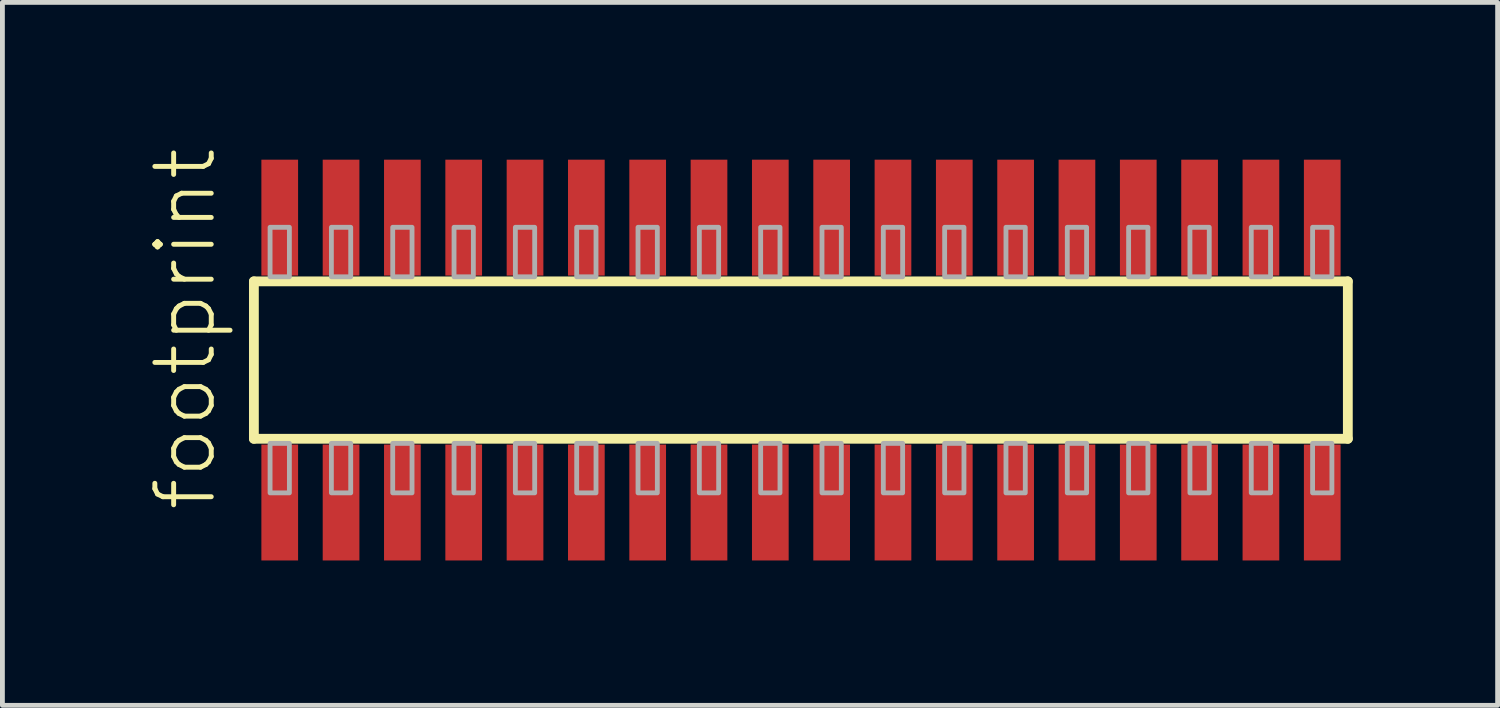
<source format=kicad_pcb>
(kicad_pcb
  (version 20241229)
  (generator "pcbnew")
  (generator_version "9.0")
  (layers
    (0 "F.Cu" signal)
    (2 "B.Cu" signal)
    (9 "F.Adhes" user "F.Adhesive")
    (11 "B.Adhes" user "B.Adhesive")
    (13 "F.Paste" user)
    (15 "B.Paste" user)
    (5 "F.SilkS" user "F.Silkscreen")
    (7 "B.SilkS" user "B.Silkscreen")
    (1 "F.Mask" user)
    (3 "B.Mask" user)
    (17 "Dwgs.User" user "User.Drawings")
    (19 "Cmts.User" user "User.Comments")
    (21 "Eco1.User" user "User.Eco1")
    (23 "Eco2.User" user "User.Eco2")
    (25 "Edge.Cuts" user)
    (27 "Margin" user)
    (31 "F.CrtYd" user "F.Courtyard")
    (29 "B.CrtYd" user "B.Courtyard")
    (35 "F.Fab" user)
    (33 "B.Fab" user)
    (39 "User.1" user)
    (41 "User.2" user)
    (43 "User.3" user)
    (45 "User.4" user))
  (footprint "footprint"
    (layer "F.Cu")
    (at 13.538 4.407)
    (property "Reference" "footprint" (at -12.065 3.175 90) (layer "F.SilkS") (effects (font (size 1.168 1.168) (thickness 0.102)) (justify left bottom)))
    (fp_line (start -11.33 -1.63) (end 11.325 -1.63) (stroke (width 0.203) (type solid)) (layer "F.SilkS"))
    (fp_line (start -11.33 1.63) (end -11.33 -1.63) (stroke (width 0.203) (type solid)) (layer "F.SilkS"))
    (fp_line (start 11.325 -1.63) (end 11.325 1.63) (stroke (width 0.203) (type solid)) (layer "F.SilkS"))
    (fp_line (start 11.325 1.63) (end -11.33 1.63) (stroke (width 0.203) (type solid)) (layer "F.SilkS"))
    (fp_poly (pts (xy -10.995 -1.725) (xy -10.595 -1.725) (xy -10.595 -2.75) (xy -10.995 -2.75)) (stroke (width 0.1) (type solid)) (fill no) (layer "F.Fab"))
    (fp_poly (pts (xy -10.595 1.725) (xy -10.995 1.725) (xy -10.995 2.75) (xy -10.595 2.75)) (stroke (width 0.1) (type solid)) (fill no) (layer "F.Fab"))
    (fp_poly (pts (xy -9.725 -1.725) (xy -9.325 -1.725) (xy -9.325 -2.75) (xy -9.725 -2.75)) (stroke (width 0.1) (type solid)) (fill no) (layer "F.Fab"))
    (fp_poly (pts (xy -9.325 1.725) (xy -9.725 1.725) (xy -9.725 2.75) (xy -9.325 2.75)) (stroke (width 0.1) (type solid)) (fill no) (layer "F.Fab"))
    (fp_poly (pts (xy -8.455 -1.725) (xy -8.055 -1.725) (xy -8.055 -2.75) (xy -8.455 -2.75)) (stroke (width 0.1) (type solid)) (fill no) (layer "F.Fab"))
    (fp_poly (pts (xy -8.055 1.725) (xy -8.455 1.725) (xy -8.455 2.75) (xy -8.055 2.75)) (stroke (width 0.1) (type solid)) (fill no) (layer "F.Fab"))
    (fp_poly (pts (xy -7.185 -1.725) (xy -6.785 -1.725) (xy -6.785 -2.75) (xy -7.185 -2.75)) (stroke (width 0.1) (type solid)) (fill no) (layer "F.Fab"))
    (fp_poly (pts (xy -6.785 1.725) (xy -7.185 1.725) (xy -7.185 2.75) (xy -6.785 2.75)) (stroke (width 0.1) (type solid)) (fill no) (layer "F.Fab"))
    (fp_poly (pts (xy -5.915 -1.725) (xy -5.515 -1.725) (xy -5.515 -2.75) (xy -5.915 -2.75)) (stroke (width 0.1) (type solid)) (fill no) (layer "F.Fab"))
    (fp_poly (pts (xy -5.515 1.725) (xy -5.915 1.725) (xy -5.915 2.75) (xy -5.515 2.75)) (stroke (width 0.1) (type solid)) (fill no) (layer "F.Fab"))
    (fp_poly (pts (xy -4.645 -1.725) (xy -4.245 -1.725) (xy -4.245 -2.75) (xy -4.645 -2.75)) (stroke (width 0.1) (type solid)) (fill no) (layer "F.Fab"))
    (fp_poly (pts (xy -4.245 1.725) (xy -4.645 1.725) (xy -4.645 2.75) (xy -4.245 2.75)) (stroke (width 0.1) (type solid)) (fill no) (layer "F.Fab"))
    (fp_poly (pts (xy -3.375 -1.725) (xy -2.975 -1.725) (xy -2.975 -2.75) (xy -3.375 -2.75)) (stroke (width 0.1) (type solid)) (fill no) (layer "F.Fab"))
    (fp_poly (pts (xy -2.975 1.725) (xy -3.375 1.725) (xy -3.375 2.75) (xy -2.975 2.75)) (stroke (width 0.1) (type solid)) (fill no) (layer "F.Fab"))
    (fp_poly (pts (xy -2.105 -1.725) (xy -1.705 -1.725) (xy -1.705 -2.75) (xy -2.105 -2.75)) (stroke (width 0.1) (type solid)) (fill no) (layer "F.Fab"))
    (fp_poly (pts (xy -1.705 1.725) (xy -2.105 1.725) (xy -2.105 2.75) (xy -1.705 2.75)) (stroke (width 0.1) (type solid)) (fill no) (layer "F.Fab"))
    (fp_poly (pts (xy -0.835 -1.725) (xy -0.435 -1.725) (xy -0.435 -2.75) (xy -0.835 -2.75)) (stroke (width 0.1) (type solid)) (fill no) (layer "F.Fab"))
    (fp_poly (pts (xy -0.435 1.725) (xy -0.835 1.725) (xy -0.835 2.75) (xy -0.435 2.75)) (stroke (width 0.1) (type solid)) (fill no) (layer "F.Fab"))
    (fp_poly (pts (xy 0.435 -1.725) (xy 0.835 -1.725) (xy 0.835 -2.75) (xy 0.435 -2.75)) (stroke (width 0.1) (type solid)) (fill no) (layer "F.Fab"))
    (fp_poly (pts (xy 0.835 1.725) (xy 0.435 1.725) (xy 0.435 2.75) (xy 0.835 2.75)) (stroke (width 0.1) (type solid)) (fill no) (layer "F.Fab"))
    (fp_poly (pts (xy 1.705 -1.725) (xy 2.105 -1.725) (xy 2.105 -2.75) (xy 1.705 -2.75)) (stroke (width 0.1) (type solid)) (fill no) (layer "F.Fab"))
    (fp_poly (pts (xy 2.105 1.725) (xy 1.705 1.725) (xy 1.705 2.75) (xy 2.105 2.75)) (stroke (width 0.1) (type solid)) (fill no) (layer "F.Fab"))
    (fp_poly (pts (xy 2.975 -1.725) (xy 3.375 -1.725) (xy 3.375 -2.75) (xy 2.975 -2.75)) (stroke (width 0.1) (type solid)) (fill no) (layer "F.Fab"))
    (fp_poly (pts (xy 3.375 1.725) (xy 2.975 1.725) (xy 2.975 2.75) (xy 3.375 2.75)) (stroke (width 0.1) (type solid)) (fill no) (layer "F.Fab"))
    (fp_poly (pts (xy 4.245 -1.725) (xy 4.645 -1.725) (xy 4.645 -2.75) (xy 4.245 -2.75)) (stroke (width 0.1) (type solid)) (fill no) (layer "F.Fab"))
    (fp_poly (pts (xy 4.645 1.725) (xy 4.245 1.725) (xy 4.245 2.75) (xy 4.645 2.75)) (stroke (width 0.1) (type solid)) (fill no) (layer "F.Fab"))
    (fp_poly (pts (xy 5.515 -1.725) (xy 5.915 -1.725) (xy 5.915 -2.75) (xy 5.515 -2.75)) (stroke (width 0.1) (type solid)) (fill no) (layer "F.Fab"))
    (fp_poly (pts (xy 5.915 1.725) (xy 5.515 1.725) (xy 5.515 2.75) (xy 5.915 2.75)) (stroke (width 0.1) (type solid)) (fill no) (layer "F.Fab"))
    (fp_poly (pts (xy 6.785 -1.725) (xy 7.185 -1.725) (xy 7.185 -2.75) (xy 6.785 -2.75)) (stroke (width 0.1) (type solid)) (fill no) (layer "F.Fab"))
    (fp_poly (pts (xy 7.185 1.725) (xy 6.785 1.725) (xy 6.785 2.75) (xy 7.185 2.75)) (stroke (width 0.1) (type solid)) (fill no) (layer "F.Fab"))
    (fp_poly (pts (xy 8.055 -1.725) (xy 8.455 -1.725) (xy 8.455 -2.75) (xy 8.055 -2.75)) (stroke (width 0.1) (type solid)) (fill no) (layer "F.Fab"))
    (fp_poly (pts (xy 8.455 1.725) (xy 8.055 1.725) (xy 8.055 2.75) (xy 8.455 2.75)) (stroke (width 0.1) (type solid)) (fill no) (layer "F.Fab"))
    (fp_poly (pts (xy 9.325 -1.725) (xy 9.725 -1.725) (xy 9.725 -2.75) (xy 9.325 -2.75)) (stroke (width 0.1) (type solid)) (fill no) (layer "F.Fab"))
    (fp_poly (pts (xy 9.725 1.725) (xy 9.325 1.725) (xy 9.325 2.75) (xy 9.725 2.75)) (stroke (width 0.1) (type solid)) (fill no) (layer "F.Fab"))
    (fp_poly (pts (xy 10.595 -1.725) (xy 10.995 -1.725) (xy 10.995 -2.75) (xy 10.595 -2.75)) (stroke (width 0.1) (type solid)) (fill no) (layer "F.Fab"))
    (fp_poly (pts (xy 10.995 1.725) (xy 10.595 1.725) (xy 10.595 2.75) (xy 10.995 2.75)) (stroke (width 0.1) (type solid)) (fill no) (layer "F.Fab"))
    (pad "1" smd rect (at -10.795 2.95) (size 0.76 2.4) (layers "F.Cu" "F.Mask" "F.Paste"))
    (pad "2" smd rect (at -10.795 -2.95) (size 0.76 2.4) (layers "F.Cu" "F.Mask" "F.Paste"))
    (pad "3" smd rect (at -9.525 2.95) (size 0.76 2.4) (layers "F.Cu" "F.Mask" "F.Paste"))
    (pad "4" smd rect (at -9.525 -2.95) (size 0.76 2.4) (layers "F.Cu" "F.Mask" "F.Paste"))
    (pad "5" smd rect (at -8.255 2.95) (size 0.76 2.4) (layers "F.Cu" "F.Mask" "F.Paste"))
    (pad "6" smd rect (at -8.255 -2.95) (size 0.76 2.4) (layers "F.Cu" "F.Mask" "F.Paste"))
    (pad "7" smd rect (at -6.985 2.95) (size 0.76 2.4) (layers "F.Cu" "F.Mask" "F.Paste"))
    (pad "8" smd rect (at -6.985 -2.95) (size 0.76 2.4) (layers "F.Cu" "F.Mask" "F.Paste"))
    (pad "9" smd rect (at -5.715 2.95) (size 0.76 2.4) (layers "F.Cu" "F.Mask" "F.Paste"))
    (pad "10" smd rect (at -5.715 -2.95) (size 0.76 2.4) (layers "F.Cu" "F.Mask" "F.Paste"))
    (pad "11" smd rect (at -4.445 2.95) (size 0.76 2.4) (layers "F.Cu" "F.Mask" "F.Paste"))
    (pad "12" smd rect (at -4.445 -2.95) (size 0.76 2.4) (layers "F.Cu" "F.Mask" "F.Paste"))
    (pad "13" smd rect (at -3.175 2.95) (size 0.76 2.4) (layers "F.Cu" "F.Mask" "F.Paste"))
    (pad "14" smd rect (at -3.175 -2.95) (size 0.76 2.4) (layers "F.Cu" "F.Mask" "F.Paste"))
    (pad "15" smd rect (at -1.905 2.95) (size 0.76 2.4) (layers "F.Cu" "F.Mask" "F.Paste"))
    (pad "16" smd rect (at -1.905 -2.95) (size 0.76 2.4) (layers "F.Cu" "F.Mask" "F.Paste"))
    (pad "17" smd rect (at -0.635 2.95) (size 0.76 2.4) (layers "F.Cu" "F.Mask" "F.Paste"))
    (pad "18" smd rect (at -0.635 -2.95) (size 0.76 2.4) (layers "F.Cu" "F.Mask" "F.Paste"))
    (pad "19" smd rect (at 0.635 2.95) (size 0.76 2.4) (layers "F.Cu" "F.Mask" "F.Paste"))
    (pad "20" smd rect (at 0.635 -2.95) (size 0.76 2.4) (layers "F.Cu" "F.Mask" "F.Paste"))
    (pad "21" smd rect (at 1.905 2.95) (size 0.76 2.4) (layers "F.Cu" "F.Mask" "F.Paste"))
    (pad "22" smd rect (at 1.905 -2.95) (size 0.76 2.4) (layers "F.Cu" "F.Mask" "F.Paste"))
    (pad "23" smd rect (at 3.175 2.95) (size 0.76 2.4) (layers "F.Cu" "F.Mask" "F.Paste"))
    (pad "24" smd rect (at 3.175 -2.95) (size 0.76 2.4) (layers "F.Cu" "F.Mask" "F.Paste"))
    (pad "25" smd rect (at 4.445 2.95) (size 0.76 2.4) (layers "F.Cu" "F.Mask" "F.Paste"))
    (pad "26" smd rect (at 4.445 -2.95) (size 0.76 2.4) (layers "F.Cu" "F.Mask" "F.Paste"))
    (pad "27" smd rect (at 5.715 2.95) (size 0.76 2.4) (layers "F.Cu" "F.Mask" "F.Paste"))
    (pad "28" smd rect (at 5.715 -2.95) (size 0.76 2.4) (layers "F.Cu" "F.Mask" "F.Paste"))
    (pad "29" smd rect (at 6.985 2.95) (size 0.76 2.4) (layers "F.Cu" "F.Mask" "F.Paste"))
    (pad "30" smd rect (at 6.985 -2.95) (size 0.76 2.4) (layers "F.Cu" "F.Mask" "F.Paste"))
    (pad "31" smd rect (at 8.255 2.95) (size 0.76 2.4) (layers "F.Cu" "F.Mask" "F.Paste"))
    (pad "32" smd rect (at 8.255 -2.95) (size 0.76 2.4) (layers "F.Cu" "F.Mask" "F.Paste"))
    (pad "33" smd rect (at 9.525 2.95) (size 0.76 2.4) (layers "F.Cu" "F.Mask" "F.Paste"))
    (pad "34" smd rect (at 9.525 -2.95) (size 0.76 2.4) (layers "F.Cu" "F.Mask" "F.Paste"))
    (pad "35" smd rect (at 10.795 2.95) (size 0.76 2.4) (layers "F.Cu" "F.Mask" "F.Paste"))
    (pad "36" smd rect (at 10.795 -2.95) (size 0.76 2.4) (layers "F.Cu" "F.Mask" "F.Paste")))
  (gr_rect
    (start -3 -3)
    (end 27.965 11.557)
    (stroke (width 0.1) (type default))
    (fill no)
    (layer "Edge.Cuts")))
</source>
